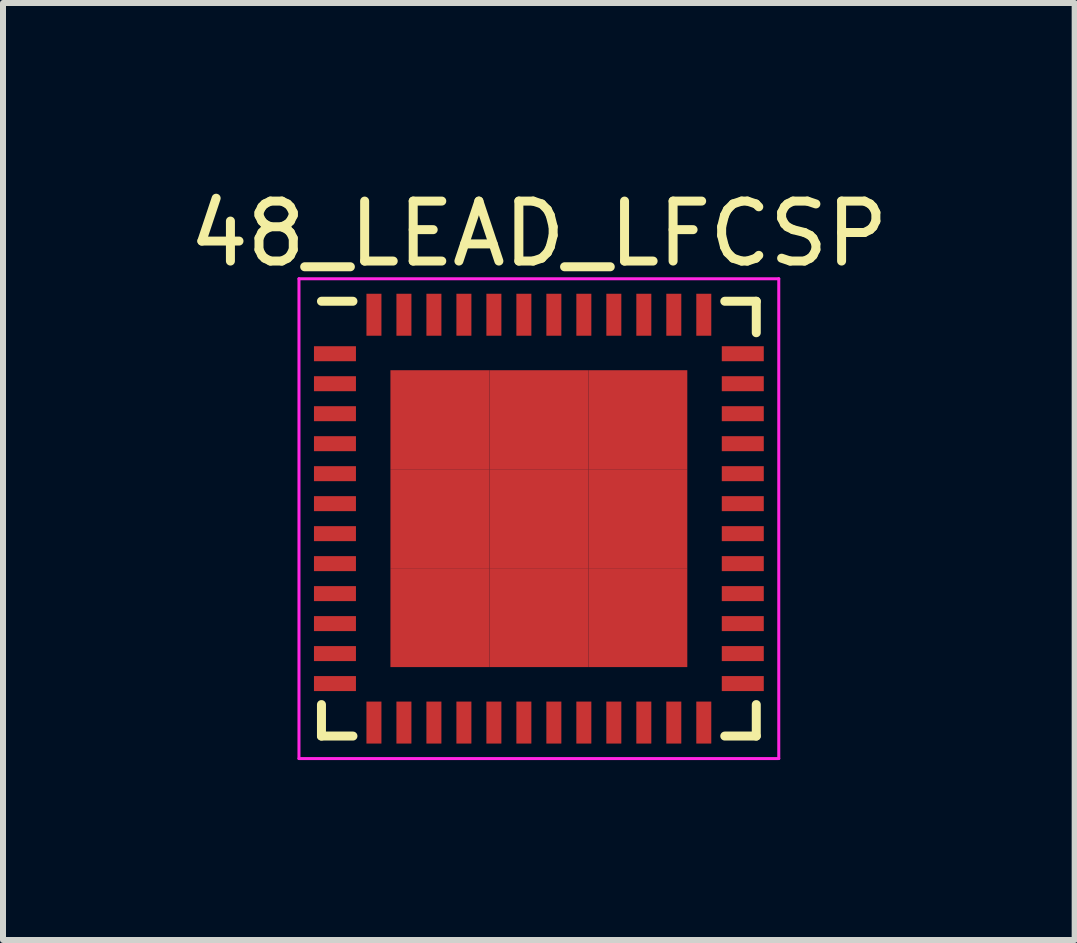
<source format=kicad_pcb>
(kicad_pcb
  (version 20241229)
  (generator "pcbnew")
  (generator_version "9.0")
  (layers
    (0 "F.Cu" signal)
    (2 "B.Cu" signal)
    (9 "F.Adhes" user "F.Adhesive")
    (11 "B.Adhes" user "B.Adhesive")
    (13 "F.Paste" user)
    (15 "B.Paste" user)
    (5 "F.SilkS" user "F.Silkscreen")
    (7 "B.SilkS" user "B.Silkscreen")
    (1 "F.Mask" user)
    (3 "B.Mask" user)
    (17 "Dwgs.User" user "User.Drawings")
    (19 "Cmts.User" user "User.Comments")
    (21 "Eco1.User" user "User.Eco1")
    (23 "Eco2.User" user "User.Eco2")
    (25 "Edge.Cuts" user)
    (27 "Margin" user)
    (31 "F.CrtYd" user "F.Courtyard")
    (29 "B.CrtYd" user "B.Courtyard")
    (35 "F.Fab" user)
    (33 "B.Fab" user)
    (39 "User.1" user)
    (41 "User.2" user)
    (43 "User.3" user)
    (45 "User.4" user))
  (footprint "48_LEAD_LFCSP"
    (layer "F.Cu")
    (at 5.935 5.598)
    (property "Reference" "48_LEAD_LFCSP" (at 0 -4.75 0) (layer "F.SilkS") (effects (font (size 1 1) (thickness 0.15))))
    (attr smd)
    (fp_line (start -3.625 -3.625) (end -3.1 -3.625) (stroke (width 0.15) (type solid)) (layer "F.SilkS"))
    (fp_line (start -3.625 3.625) (end -3.625 3.1) (stroke (width 0.15) (type solid)) (layer "F.SilkS"))
    (fp_line (start -3.625 3.625) (end -3.1 3.625) (stroke (width 0.15) (type solid)) (layer "F.SilkS"))
    (fp_line (start 3.625 -3.625) (end 3.1 -3.625) (stroke (width 0.15) (type solid)) (layer "F.SilkS"))
    (fp_line (start 3.625 -3.625) (end 3.625 -3.1) (stroke (width 0.15) (type solid)) (layer "F.SilkS"))
    (fp_line (start 3.625 3.625) (end 3.1 3.625) (stroke (width 0.15) (type solid)) (layer "F.SilkS"))
    (fp_line (start 3.625 3.625) (end 3.625 3.1) (stroke (width 0.15) (type solid)) (layer "F.SilkS"))
    (fp_line (start -4 -4) (end -4 4) (stroke (width 0.05) (type solid)) (layer "F.CrtYd"))
    (fp_line (start -4 -4) (end 4 -4) (stroke (width 0.05) (type solid)) (layer "F.CrtYd"))
    (fp_line (start -4 4) (end 4 4) (stroke (width 0.05) (type solid)) (layer "F.CrtYd"))
    (fp_line (start 4 -4) (end 4 4) (stroke (width 0.05) (type solid)) (layer "F.CrtYd"))
    (pad "1" smd rect (at -3.4 -2.75) (size 0.7 0.25) (layers "F.Cu" "F.Mask" "F.Paste"))
    (pad "2" smd rect (at -3.4 -2.25) (size 0.7 0.25) (layers "F.Cu" "F.Mask" "F.Paste"))
    (pad "3" smd rect (at -3.4 -1.75) (size 0.7 0.25) (layers "F.Cu" "F.Mask" "F.Paste"))
    (pad "4" smd rect (at -3.4 -1.25) (size 0.7 0.25) (layers "F.Cu" "F.Mask" "F.Paste"))
    (pad "5" smd rect (at -3.4 -0.75) (size 0.7 0.25) (layers "F.Cu" "F.Mask" "F.Paste"))
    (pad "6" smd rect (at -3.4 -0.25) (size 0.7 0.25) (layers "F.Cu" "F.Mask" "F.Paste"))
    (pad "7" smd rect (at -3.4 0.25) (size 0.7 0.25) (layers "F.Cu" "F.Mask" "F.Paste"))
    (pad "8" smd rect (at -3.4 0.75) (size 0.7 0.25) (layers "F.Cu" "F.Mask" "F.Paste"))
    (pad "9" smd rect (at -3.4 1.25) (size 0.7 0.25) (layers "F.Cu" "F.Mask" "F.Paste"))
    (pad "10" smd rect (at -3.4 1.75) (size 0.7 0.25) (layers "F.Cu" "F.Mask" "F.Paste"))
    (pad "11" smd rect (at -3.4 2.25) (size 0.7 0.25) (layers "F.Cu" "F.Mask" "F.Paste"))
    (pad "12" smd rect (at -3.4 2.75) (size 0.7 0.25) (layers "F.Cu" "F.Mask" "F.Paste"))
    (pad "13" smd rect (at -2.75 3.4 90) (size 0.7 0.25) (layers "F.Cu" "F.Mask" "F.Paste"))
    (pad "14" smd rect (at -2.25 3.4 90) (size 0.7 0.25) (layers "F.Cu" "F.Mask" "F.Paste"))
    (pad "15" smd rect (at -1.75 3.4 90) (size 0.7 0.25) (layers "F.Cu" "F.Mask" "F.Paste"))
    (pad "16" smd rect (at -1.25 3.4 90) (size 0.7 0.25) (layers "F.Cu" "F.Mask" "F.Paste"))
    (pad "17" smd rect (at -0.75 3.4 90) (size 0.7 0.25) (layers "F.Cu" "F.Mask" "F.Paste"))
    (pad "18" smd rect (at -0.25 3.4 90) (size 0.7 0.25) (layers "F.Cu" "F.Mask" "F.Paste"))
    (pad "19" smd rect (at 0.25 3.4 90) (size 0.7 0.25) (layers "F.Cu" "F.Mask" "F.Paste"))
    (pad "20" smd rect (at 0.75 3.4 90) (size 0.7 0.25) (layers "F.Cu" "F.Mask" "F.Paste"))
    (pad "21" smd rect (at 1.25 3.4 90) (size 0.7 0.25) (layers "F.Cu" "F.Mask" "F.Paste"))
    (pad "22" smd rect (at 1.75 3.4 90) (size 0.7 0.25) (layers "F.Cu" "F.Mask" "F.Paste"))
    (pad "23" smd rect (at 2.25 3.4 90) (size 0.7 0.25) (layers "F.Cu" "F.Mask" "F.Paste"))
    (pad "24" smd rect (at 2.75 3.4 90) (size 0.7 0.25) (layers "F.Cu" "F.Mask" "F.Paste"))
    (pad "25" smd rect (at 3.4 2.75) (size 0.7 0.25) (layers "F.Cu" "F.Mask" "F.Paste"))
    (pad "26" smd rect (at 3.4 2.25) (size 0.7 0.25) (layers "F.Cu" "F.Mask" "F.Paste"))
    (pad "27" smd rect (at 3.4 1.75) (size 0.7 0.25) (layers "F.Cu" "F.Mask" "F.Paste"))
    (pad "28" smd rect (at 3.4 1.25) (size 0.7 0.25) (layers "F.Cu" "F.Mask" "F.Paste"))
    (pad "29" smd rect (at 3.4 0.75) (size 0.7 0.25) (layers "F.Cu" "F.Mask" "F.Paste"))
    (pad "30" smd rect (at 3.4 0.25) (size 0.7 0.25) (layers "F.Cu" "F.Mask" "F.Paste"))
    (pad "31" smd rect (at 3.4 -0.25) (size 0.7 0.25) (layers "F.Cu" "F.Mask" "F.Paste"))
    (pad "32" smd rect (at 3.4 -0.75) (size 0.7 0.25) (layers "F.Cu" "F.Mask" "F.Paste"))
    (pad "33" smd rect (at 3.4 -1.25) (size 0.7 0.25) (layers "F.Cu" "F.Mask" "F.Paste"))
    (pad "34" smd rect (at 3.4 -1.75) (size 0.7 0.25) (layers "F.Cu" "F.Mask" "F.Paste"))
    (pad "35" smd rect (at 3.4 -2.25) (size 0.7 0.25) (layers "F.Cu" "F.Mask" "F.Paste"))
    (pad "36" smd rect (at 3.4 -2.75) (size 0.7 0.25) (layers "F.Cu" "F.Mask" "F.Paste"))
    (pad "37" smd rect (at 2.75 -3.4 90) (size 0.7 0.25) (layers "F.Cu" "F.Mask" "F.Paste"))
    (pad "38" smd rect (at 2.25 -3.4 90) (size 0.7 0.25) (layers "F.Cu" "F.Mask" "F.Paste"))
    (pad "39" smd rect (at 1.75 -3.4 90) (size 0.7 0.25) (layers "F.Cu" "F.Mask" "F.Paste"))
    (pad "40" smd rect (at 1.25 -3.4 90) (size 0.7 0.25) (layers "F.Cu" "F.Mask" "F.Paste"))
    (pad "41" smd rect (at 0.75 -3.4 90) (size 0.7 0.25) (layers "F.Cu" "F.Mask" "F.Paste"))
    (pad "42" smd rect (at 0.25 -3.4 90) (size 0.7 0.25) (layers "F.Cu" "F.Mask" "F.Paste"))
    (pad "43" smd rect (at -0.25 -3.4 90) (size 0.7 0.25) (layers "F.Cu" "F.Mask" "F.Paste"))
    (pad "44" smd rect (at -0.75 -3.4 90) (size 0.7 0.25) (layers "F.Cu" "F.Mask" "F.Paste"))
    (pad "45" smd rect (at -1.25 -3.4 90) (size 0.7 0.25) (layers "F.Cu" "F.Mask" "F.Paste"))
    (pad "46" smd rect (at -1.75 -3.4 90) (size 0.7 0.25) (layers "F.Cu" "F.Mask" "F.Paste"))
    (pad "47" smd rect (at -2.25 -3.4 90) (size 0.7 0.25) (layers "F.Cu" "F.Mask" "F.Paste"))
    (pad "48" smd rect (at -2.75 -3.4 90) (size 0.7 0.25) (layers "F.Cu" "F.Mask" "F.Paste"))
    (pad "49" smd rect (at -1.65 -1.65) (size 1.65 1.65) (layers "F.Cu" "F.Mask" "F.Paste"))
    (pad "49" smd rect (at -1.65 0) (size 1.65 1.65) (layers "F.Cu" "F.Mask" "F.Paste"))
    (pad "49" smd rect (at -1.65 1.65) (size 1.65 1.65) (layers "F.Cu" "F.Mask" "F.Paste"))
    (pad "49" smd rect (at 0 -1.65) (size 1.65 1.65) (layers "F.Cu" "F.Mask" "F.Paste"))
    (pad "49" smd rect (at 0 0) (size 1.65 1.65) (layers "F.Cu" "F.Mask" "F.Paste"))
    (pad "49" smd rect (at 0 1.65) (size 1.65 1.65) (layers "F.Cu" "F.Mask" "F.Paste"))
    (pad "49" smd rect (at 1.65 -1.65) (size 1.65 1.65) (layers "F.Cu" "F.Mask" "F.Paste"))
    (pad "49" smd rect (at 1.65 0) (size 1.65 1.65) (layers "F.Cu" "F.Mask" "F.Paste"))
    (pad "49" smd rect (at 1.65 1.65) (size 1.65 1.65) (layers "F.Cu" "F.Mask" "F.Paste")))
  (gr_rect
    (start -3 -3)
    (end 14.869 12.623)
    (stroke (width 0.1) (type default))
    (fill no)
    (layer "Edge.Cuts")))
</source>
